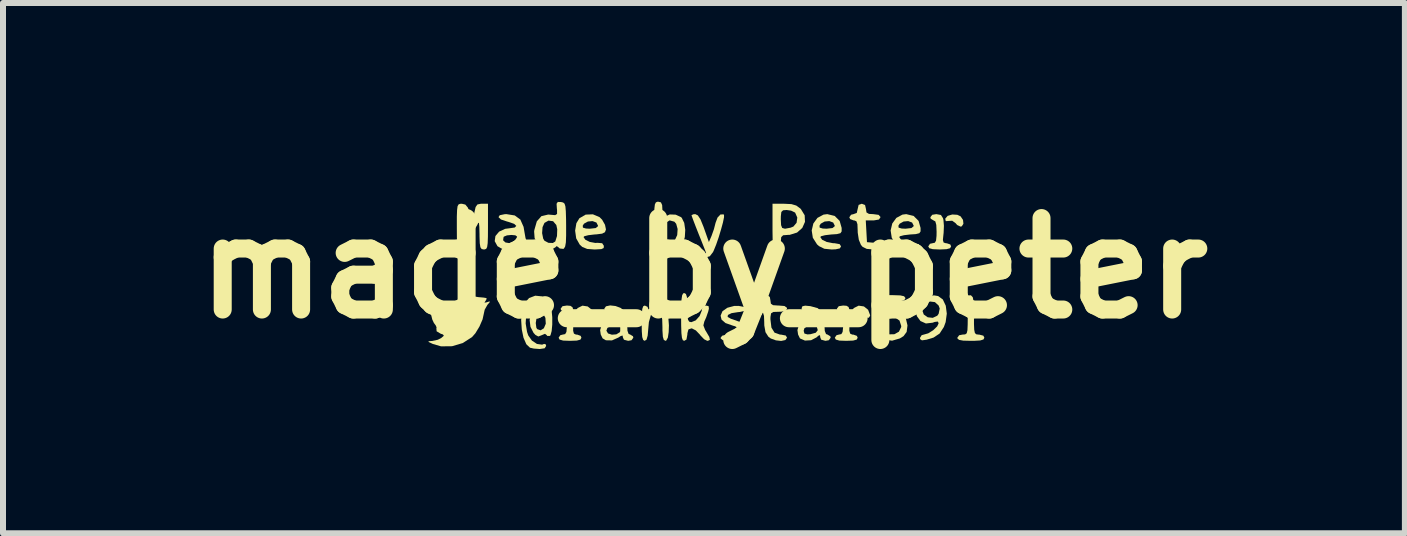
<source format=kicad_pcb>
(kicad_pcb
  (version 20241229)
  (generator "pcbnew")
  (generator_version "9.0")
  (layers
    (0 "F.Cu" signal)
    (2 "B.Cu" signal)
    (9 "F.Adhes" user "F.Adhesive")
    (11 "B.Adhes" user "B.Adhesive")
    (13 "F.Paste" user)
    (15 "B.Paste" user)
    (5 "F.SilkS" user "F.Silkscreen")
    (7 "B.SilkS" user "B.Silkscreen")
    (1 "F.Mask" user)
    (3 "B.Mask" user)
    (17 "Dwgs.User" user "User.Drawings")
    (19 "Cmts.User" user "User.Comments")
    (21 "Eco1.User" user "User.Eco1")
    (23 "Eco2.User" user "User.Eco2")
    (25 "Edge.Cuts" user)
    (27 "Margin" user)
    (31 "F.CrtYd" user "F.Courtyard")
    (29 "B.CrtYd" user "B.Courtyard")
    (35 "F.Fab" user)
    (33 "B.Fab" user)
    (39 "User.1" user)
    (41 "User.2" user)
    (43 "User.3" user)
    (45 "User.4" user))
  (footprint "made_by_peter"
    (layer "F.Cu")
    (at 8.68 1.418)
    (property "Reference" "made_by_peter" (at 0 0 0) (layer "F.SilkS") (effects (font (size 1.524 1.524) (thickness 0.3))))
    (attr board_only exclude_from_pos_files exclude_from_bom)
    (fp_poly (pts (xy -1.938 0.638) (xy -1.868 0.694) (xy -1.834 0.782) (xy -1.834 0.794) (xy -1.856 0.827) (xy -1.904 0.823) (xy -1.946 0.786) (xy -1.952 0.775) (xy -1.999 0.734) (xy -2.059 0.735) (xy -2.13 0.738) (xy -2.14 0.709) (xy -2.104 0.664) (xy -2.024 0.625)) (stroke (width 0) (type solid)) (fill yes) (layer "F.SilkS"))
    (fp_poly (pts (xy 2.665 0.638) (xy 2.735 0.694) (xy 2.768 0.782) (xy 2.768 0.794) (xy 2.746 0.827) (xy 2.699 0.823) (xy 2.656 0.786) (xy 2.651 0.775) (xy 2.603 0.734) (xy 2.543 0.735) (xy 2.472 0.738) (xy 2.463 0.709) (xy 2.498 0.664) (xy 2.578 0.625)) (stroke (width 0) (type solid)) (fill yes) (layer "F.SilkS"))
    (fp_poly (pts (xy 4.222 -0.889) (xy 4.276 -0.863) (xy 4.316 -0.804) (xy 4.323 -0.74) (xy 4.296 -0.697) (xy 4.275 -0.692) (xy 4.218 -0.719) (xy 4.193 -0.749) (xy 4.136 -0.79) (xy 4.086 -0.787) (xy 4.029 -0.783) (xy 4.02 -0.821) (xy 4.021 -0.825) (xy 4.06 -0.871) (xy 4.137 -0.894)) (stroke (width 0) (type solid)) (fill yes) (layer "F.SilkS"))
    (fp_poly (pts (xy -2.226 0.628) (xy -2.191 0.651) (xy -2.174 0.706) (xy -2.172 0.805) (xy -2.178 0.943) (xy -2.18 1.043) (xy -2.167 1.091) (xy -2.133 1.107) (xy -2.114 1.107) (xy -2.055 1.128) (xy -2.042 1.159) (xy -2.059 1.191) (xy -2.119 1.207) (xy -2.232 1.211) (xy -2.347 1.207) (xy -2.406 1.19) (xy -2.422 1.159) (xy -2.393 1.117) (xy -2.353 1.107) (xy -2.313 1.099) (xy -2.292 1.063) (xy -2.285 0.984) (xy -2.284 0.917) (xy -2.289 0.802) (xy -2.305 0.743) (xy -2.336 0.727) (xy -2.382 0.699) (xy -2.388 0.675) (xy -2.357 0.634) (xy -2.284 0.623)) (stroke (width 0) (type solid)) (fill yes) (layer "F.SilkS"))
    (fp_poly (pts (xy 2.375 0.627) (xy 2.409 0.647) (xy 2.426 0.698) (xy 2.429 0.791) (xy 2.424 0.94) (xy 2.424 0.943) (xy 2.422 1.043) (xy 2.436 1.091) (xy 2.47 1.107) (xy 2.488 1.107) (xy 2.547 1.128) (xy 2.561 1.159) (xy 2.544 1.191) (xy 2.484 1.207) (xy 2.37 1.211) (xy 2.256 1.207) (xy 2.197 1.19) (xy 2.18 1.159) (xy 2.209 1.117) (xy 2.249 1.107) (xy 2.289 1.099) (xy 2.31 1.063) (xy 2.318 0.984) (xy 2.319 0.917) (xy 2.314 0.802) (xy 2.298 0.743) (xy 2.267 0.727) (xy 2.221 0.699) (xy 2.215 0.675) (xy 2.246 0.634) (xy 2.319 0.623)) (stroke (width 0) (type solid)) (fill yes) (layer "F.SilkS"))
    (fp_poly (pts (xy 3.948 -0.886) (xy 3.983 -0.832) (xy 3.99 -0.803) (xy 3.998 -0.705) (xy 3.993 -0.586) (xy 3.99 -0.561) (xy 3.981 -0.469) (xy 3.993 -0.427) (xy 4.031 -0.415) (xy 4.044 -0.415) (xy 4.104 -0.395) (xy 4.118 -0.363) (xy 4.101 -0.332) (xy 4.041 -0.316) (xy 3.928 -0.311) (xy 3.813 -0.316) (xy 3.754 -0.332) (xy 3.737 -0.363) (xy 3.766 -0.406) (xy 3.807 -0.415) (xy 3.847 -0.424) (xy 3.867 -0.459) (xy 3.875 -0.539) (xy 3.876 -0.606) (xy 3.871 -0.72) (xy 3.855 -0.779) (xy 3.824 -0.796) (xy 3.778 -0.824) (xy 3.772 -0.848) (xy 3.803 -0.889) (xy 3.871 -0.9)) (stroke (width 0) (type solid)) (fill yes) (layer "F.SilkS"))
    (fp_poly (pts (xy 0.679 0.649) (xy 0.718 0.679) (xy 0.691 0.709) (xy 0.6 0.73) (xy 0.567 0.733) (xy 0.459 0.75) (xy 0.399 0.78) (xy 0.394 0.813) (xy 0.45 0.844) (xy 0.473 0.851) (xy 0.616 0.903) (xy 0.703 0.978) (xy 0.727 1.057) (xy 0.696 1.138) (xy 0.603 1.19) (xy 0.449 1.211) (xy 0.413 1.211) (xy 0.316 1.202) (xy 0.278 1.171) (xy 0.277 1.161) (xy 0.303 1.126) (xy 0.388 1.105) (xy 0.441 1.101) (xy 0.553 1.082) (xy 0.604 1.048) (xy 0.592 1.008) (xy 0.516 0.968) (xy 0.484 0.959) (xy 0.359 0.915) (xy 0.293 0.858) (xy 0.277 0.792) (xy 0.308 0.718) (xy 0.39 0.66) (xy 0.502 0.63) (xy 0.574 0.629)) (stroke (width 0) (type solid)) (fill yes) (layer "F.SilkS"))
    (fp_poly (pts (xy -0.102 -0.879) (xy -0.058 -0.812) (xy -0.007 -0.687) (xy 0.0001 -0.667) (xy 0.082 -0.435) (xy 0.126 -0.537) (xy 0.166 -0.65) (xy 0.193 -0.755) (xy 0.226 -0.843) (xy 0.275 -0.894) (xy 0.325 -0.896) (xy 0.334 -0.889) (xy 0.334 -0.848) (xy 0.316 -0.76) (xy 0.284 -0.643) (xy 0.245 -0.514) (xy 0.203 -0.392) (xy 0.163 -0.294) (xy 0.151 -0.268) (xy 0.097 -0.198) (xy 0.017 -0.175) (xy -0.01 -0.175) (xy -0.08 -0.179) (xy -0.087 -0.189) (xy -0.043 -0.209) (xy 0.016 -0.237) (xy 0.035 -0.252) (xy 0.023 -0.287) (xy -0.01 -0.371) (xy -0.057 -0.49) (xy -0.087 -0.564) (xy -0.139 -0.696) (xy -0.18 -0.803) (xy -0.204 -0.869) (xy -0.208 -0.882) (xy -0.179 -0.897) (xy -0.145 -0.9)) (stroke (width 0) (type solid)) (fill yes) (layer "F.SilkS"))
    (fp_poly (pts (xy -0.94 0.645) (xy -0.934 0.664) (xy -0.924 0.688) (xy -0.893 0.664) (xy -0.812 0.627) (xy -0.715 0.635) (xy -0.643 0.677) (xy -0.612 0.739) (xy -0.593 0.837) (xy -0.584 0.953) (xy -0.588 1.066) (xy -0.602 1.158) (xy -0.629 1.207) (xy -0.64 1.211) (xy -0.669 1.196) (xy -0.685 1.143) (xy -0.692 1.038) (xy -0.692 0.985) (xy -0.696 0.855) (xy -0.71 0.779) (xy -0.738 0.743) (xy -0.749 0.737) (xy -0.83 0.731) (xy -0.885 0.783) (xy -0.918 0.899) (xy -0.927 0.998) (xy -0.938 1.124) (xy -0.957 1.191) (xy -0.988 1.211) (xy -0.988 1.211) (xy -1.013 1.197) (xy -1.029 1.148) (xy -1.036 1.052) (xy -1.038 0.917) (xy -1.036 0.77) (xy -1.028 0.68) (xy -1.012 0.635) (xy -0.986 0.623)) (stroke (width 0) (type solid)) (fill yes) (layer "F.SilkS"))
    (fp_poly (pts (xy 2.684 -1.052) (xy 2.699 -0.986) (xy 2.708 -0.928) (xy 2.749 -0.904) (xy 2.82 -0.9) (xy 2.91 -0.888) (xy 2.941 -0.853) (xy 2.941 -0.848) (xy 2.916 -0.81) (xy 2.833 -0.796) (xy 2.818 -0.796) (xy 2.696 -0.796) (xy 2.716 -0.433) (xy 2.846 -0.422) (xy 2.943 -0.401) (xy 2.976 -0.362) (xy 2.976 -0.361) (xy 2.953 -0.328) (xy 2.876 -0.313) (xy 2.822 -0.311) (xy 2.712 -0.321) (xy 2.643 -0.355) (xy 2.615 -0.388) (xy 2.58 -0.473) (xy 2.562 -0.592) (xy 2.561 -0.631) (xy 2.557 -0.732) (xy 2.54 -0.781) (xy 2.503 -0.796) (xy 2.492 -0.796) (xy 2.435 -0.818) (xy 2.422 -0.848) (xy 2.451 -0.89) (xy 2.492 -0.9) (xy 2.546 -0.92) (xy 2.561 -0.986) (xy 2.577 -1.054) (xy 2.63 -1.073)) (stroke (width 0) (type solid)) (fill yes) (layer "F.SilkS"))
    (fp_poly (pts (xy 4.479 0.485) (xy 4.494 0.563) (xy 4.498 0.695) (xy 4.499 0.779) (xy 4.499 0.931) (xy 4.503 1.027) (xy 4.514 1.08) (xy 4.536 1.102) (xy 4.571 1.107) (xy 4.585 1.107) (xy 4.655 1.125) (xy 4.672 1.159) (xy 4.657 1.188) (xy 4.603 1.205) (xy 4.498 1.211) (xy 4.447 1.211) (xy 4.321 1.208) (xy 4.25 1.195) (xy 4.223 1.171) (xy 4.222 1.159) (xy 4.252 1.118) (xy 4.308 1.107) (xy 4.352 1.104) (xy 4.378 1.085) (xy 4.39 1.035) (xy 4.394 0.941) (xy 4.395 0.844) (xy 4.394 0.711) (xy 4.388 0.633) (xy 4.373 0.598) (xy 4.343 0.591) (xy 4.308 0.597) (xy 4.24 0.594) (xy 4.222 0.561) (xy 4.253 0.516) (xy 4.311 0.484) (xy 4.394 0.455) (xy 4.448 0.452)) (stroke (width 0) (type solid)) (fill yes) (layer "F.SilkS"))
    (fp_poly (pts (xy 3.27 0.454) (xy 3.334 0.468) (xy 3.356 0.496) (xy 3.357 0.502) (xy 3.336 0.536) (xy 3.267 0.552) (xy 3.201 0.554) (xy 3.105 0.557) (xy 3.059 0.575) (xy 3.046 0.617) (xy 3.045 0.64) (xy 3.055 0.7) (xy 3.097 0.723) (xy 3.161 0.727) (xy 3.284 0.755) (xy 3.363 0.834) (xy 3.391 0.954) (xy 3.377 1.063) (xy 3.325 1.133) (xy 3.264 1.171) (xy 3.134 1.209) (xy 3.012 1.189) (xy 2.941 1.142) (xy 2.891 1.08) (xy 2.872 1.038) (xy 2.896 1.007) (xy 2.95 1.012) (xy 3.006 1.05) (xy 3.011 1.055) (xy 3.086 1.103) (xy 3.173 1.101) (xy 3.248 1.059) (xy 3.286 0.982) (xy 3.287 0.964) (xy 3.258 0.874) (xy 3.18 0.819) (xy 3.069 0.81) (xy 3.057 0.812) (xy 2.941 0.834) (xy 2.941 0.45) (xy 3.149 0.45)) (stroke (width 0) (type solid)) (fill yes) (layer "F.SilkS"))
    (fp_poly (pts (xy 1.097 0.48) (xy 1.107 0.536) (xy 1.115 0.592) (xy 1.151 0.617) (xy 1.234 0.623) (xy 1.246 0.623) (xy 1.342 0.631) (xy 1.382 0.66) (xy 1.384 0.675) (xy 1.361 0.711) (xy 1.286 0.726) (xy 1.246 0.727) (xy 1.157 0.73) (xy 1.118 0.753) (xy 1.108 0.813) (xy 1.107 0.85) (xy 1.124 0.991) (xy 1.176 1.075) (xy 1.266 1.107) (xy 1.282 1.107) (xy 1.363 1.123) (xy 1.384 1.159) (xy 1.356 1.198) (xy 1.286 1.213) (xy 1.198 1.203) (xy 1.113 1.172) (xy 1.073 1.142) (xy 1.025 1.067) (xy 1.005 0.955) (xy 1.004 0.9) (xy 1 0.796) (xy 0.984 0.744) (xy 0.95 0.727) (xy 0.934 0.727) (xy 0.878 0.705) (xy 0.865 0.675) (xy 0.894 0.633) (xy 0.934 0.623) (xy 0.989 0.603) (xy 1.004 0.536) (xy 1.022 0.467) (xy 1.055 0.45)) (stroke (width 0) (type solid)) (fill yes) (layer "F.SilkS"))
    (fp_poly (pts (xy 2.178 -0.87) (xy 2.261 -0.787) (xy 2.294 -0.67) (xy 2.294 -0.612) (xy 2.273 -0.582) (xy 2.214 -0.567) (xy 2.12 -0.561) (xy 2.018 -0.549) (xy 1.952 -0.532) (xy 1.938 -0.518) (xy 1.969 -0.473) (xy 2.046 -0.436) (xy 2.148 -0.416) (xy 2.178 -0.415) (xy 2.261 -0.4) (xy 2.284 -0.363) (xy 2.264 -0.329) (xy 2.195 -0.314) (xy 2.127 -0.311) (xy 2.005 -0.323) (xy 1.918 -0.366) (xy 1.884 -0.396) (xy 1.814 -0.506) (xy 1.795 -0.628) (xy 1.814 -0.708) (xy 1.925 -0.708) (xy 1.928 -0.675) (xy 1.979 -0.66) (xy 2.043 -0.657) (xy 2.142 -0.668) (xy 2.179 -0.699) (xy 2.18 -0.706) (xy 2.153 -0.76) (xy 2.088 -0.784) (xy 2.011 -0.777) (xy 1.946 -0.741) (xy 1.925 -0.708) (xy 1.814 -0.708) (xy 1.822 -0.743) (xy 1.89 -0.837) (xy 1.992 -0.892) (xy 2.055 -0.9)) (stroke (width 0) (type solid)) (fill yes) (layer "F.SilkS"))
    (fp_poly (pts (xy 3.493 -0.87) (xy 3.576 -0.787) (xy 3.609 -0.67) (xy 3.609 -0.612) (xy 3.588 -0.582) (xy 3.529 -0.567) (xy 3.435 -0.561) (xy 3.333 -0.549) (xy 3.267 -0.532) (xy 3.253 -0.518) (xy 3.284 -0.473) (xy 3.361 -0.436) (xy 3.463 -0.416) (xy 3.493 -0.415) (xy 3.576 -0.4) (xy 3.599 -0.363) (xy 3.579 -0.329) (xy 3.51 -0.314) (xy 3.442 -0.311) (xy 3.32 -0.323) (xy 3.233 -0.366) (xy 3.199 -0.396) (xy 3.129 -0.506) (xy 3.11 -0.628) (xy 3.129 -0.708) (xy 3.24 -0.708) (xy 3.243 -0.675) (xy 3.294 -0.66) (xy 3.358 -0.657) (xy 3.457 -0.668) (xy 3.494 -0.699) (xy 3.495 -0.706) (xy 3.468 -0.76) (xy 3.403 -0.784) (xy 3.326 -0.777) (xy 3.261 -0.741) (xy 3.24 -0.708) (xy 3.129 -0.708) (xy 3.137 -0.743) (xy 3.205 -0.837) (xy 3.307 -0.892) (xy 3.37 -0.9)) (stroke (width 0) (type solid)) (fill yes) (layer "F.SilkS"))
    (fp_poly (pts (xy -0.717 -1.096) (xy -0.697 -1.051) (xy -0.692 -0.962) (xy -0.688 -0.874) (xy -0.673 -0.845) (xy -0.651 -0.858) (xy -0.571 -0.895) (xy -0.471 -0.891) (xy -0.382 -0.85) (xy -0.369 -0.836) (xy -0.329 -0.754) (xy -0.312 -0.637) (xy -0.319 -0.518) (xy -0.333 -0.469) (xy -0.392 -0.4) (xy -0.499 -0.345) (xy -0.631 -0.315) (xy -0.69 -0.311) (xy -0.831 -0.311) (xy -0.831 -0.478) (xy -0.689 -0.478) (xy -0.677 -0.431) (xy -0.641 -0.416) (xy -0.612 -0.415) (xy -0.529 -0.435) (xy -0.485 -0.466) (xy -0.446 -0.551) (xy -0.439 -0.652) (xy -0.463 -0.739) (xy -0.493 -0.774) (xy -0.572 -0.796) (xy -0.634 -0.756) (xy -0.674 -0.658) (xy -0.685 -0.576) (xy -0.689 -0.478) (xy -0.831 -0.478) (xy -0.831 -0.709) (xy -0.83 -0.88) (xy -0.826 -0.994) (xy -0.818 -1.062) (xy -0.802 -1.095) (xy -0.778 -1.106) (xy -0.761 -1.107)) (stroke (width 0) (type solid)) (fill yes) (layer "F.SilkS"))
    (fp_poly (pts (xy 1.457 -1.067) (xy 1.538 -1.043) (xy 1.605 -0.994) (xy 1.615 -0.984) (xy 1.678 -0.881) (xy 1.683 -0.771) (xy 1.638 -0.67) (xy 1.551 -0.593) (xy 1.429 -0.555) (xy 1.398 -0.554) (xy 1.319 -0.548) (xy 1.287 -0.517) (xy 1.28 -0.44) (xy 1.28 -0.433) (xy 1.273 -0.349) (xy 1.242 -0.315) (xy 1.211 -0.311) (xy 1.181 -0.316) (xy 1.161 -0.337) (xy 1.149 -0.387) (xy 1.144 -0.477) (xy 1.142 -0.62) (xy 1.142 -0.692) (xy 1.142 -0.813) (xy 1.28 -0.813) (xy 1.285 -0.716) (xy 1.303 -0.67) (xy 1.344 -0.658) (xy 1.352 -0.657) (xy 1.443 -0.674) (xy 1.49 -0.693) (xy 1.543 -0.756) (xy 1.555 -0.843) (xy 1.52 -0.923) (xy 1.516 -0.927) (xy 1.452 -0.958) (xy 1.377 -0.969) (xy 1.318 -0.964) (xy 1.289 -0.936) (xy 1.281 -0.866) (xy 1.28 -0.813) (xy 1.142 -0.813) (xy 1.142 -1.073) (xy 1.334 -1.073)) (stroke (width 0) (type solid)) (fill yes) (layer "F.SilkS"))
    (fp_poly (pts (xy -1.74 -0.85) (xy -1.697 -0.807) (xy -1.649 -0.722) (xy -1.633 -0.645) (xy -1.634 -0.642) (xy -1.65 -0.599) (xy -1.697 -0.575) (xy -1.791 -0.563) (xy -1.825 -0.561) (xy -1.927 -0.549) (xy -1.993 -0.532) (xy -2.007 -0.518) (xy -1.977 -0.474) (xy -1.903 -0.437) (xy -1.811 -0.42) (xy -1.772 -0.422) (xy -1.696 -0.415) (xy -1.668 -0.372) (xy -1.671 -0.335) (xy -1.71 -0.317) (xy -1.799 -0.312) (xy -1.825 -0.311) (xy -1.946 -0.32) (xy -2.027 -0.353) (xy -2.07 -0.392) (xy -2.129 -0.496) (xy -2.147 -0.625) (xy -2.133 -0.708) (xy -2.02 -0.708) (xy -2.017 -0.675) (xy -1.966 -0.66) (xy -1.902 -0.657) (xy -1.803 -0.668) (xy -1.766 -0.699) (xy -1.765 -0.706) (xy -1.792 -0.76) (xy -1.857 -0.784) (xy -1.934 -0.777) (xy -1.999 -0.741) (xy -2.02 -0.708) (xy -2.133 -0.708) (xy -2.126 -0.749) (xy -2.076 -0.831) (xy -1.971 -0.892) (xy -1.851 -0.897)) (stroke (width 0) (type solid)) (fill yes) (layer "F.SilkS"))
    (fp_poly (pts (xy 3.902 0.465) (xy 3.98 0.522) (xy 4.029 0.626) (xy 4.046 0.758) (xy 4.027 0.899) (xy 3.997 0.981) (xy 3.926 1.09) (xy 3.825 1.157) (xy 3.71 1.192) (xy 3.632 1.203) (xy 3.602 1.183) (xy 3.599 1.162) (xy 3.627 1.117) (xy 3.663 1.107) (xy 3.737 1.086) (xy 3.82 1.034) (xy 3.886 0.97) (xy 3.91 0.918) (xy 3.897 0.89) (xy 3.846 0.896) (xy 3.81 0.909) (xy 3.698 0.922) (xy 3.607 0.881) (xy 3.547 0.799) (xy 3.527 0.692) (xy 3.634 0.692) (xy 3.662 0.772) (xy 3.729 0.819) (xy 3.812 0.828) (xy 3.887 0.793) (xy 3.91 0.761) (xy 3.928 0.673) (xy 3.91 0.623) (xy 3.848 0.566) (xy 3.766 0.556) (xy 3.688 0.587) (xy 3.64 0.653) (xy 3.634 0.692) (xy 3.527 0.692) (xy 3.527 0.691) (xy 3.556 0.57) (xy 3.565 0.553) (xy 3.625 0.5) (xy 3.726 0.465) (xy 3.836 0.454)) (stroke (width 0) (type solid)) (fill yes) (layer "F.SilkS"))
    (fp_poly (pts (xy -1.474 0.631) (xy -1.39 0.662) (xy -1.35 0.692) (xy -1.302 0.767) (xy -1.282 0.879) (xy -1.28 0.934) (xy -1.275 1.043) (xy -1.256 1.096) (xy -1.228 1.107) (xy -1.183 1.135) (xy -1.177 1.159) (xy -1.207 1.201) (xy -1.263 1.211) (xy -1.333 1.193) (xy -1.35 1.157) (xy -1.356 1.123) (xy -1.387 1.131) (xy -1.427 1.157) (xy -1.533 1.204) (xy -1.634 1.202) (xy -1.689 1.17) (xy -1.72 1.106) (xy -1.729 1.042) (xy -1.626 1.042) (xy -1.599 1.088) (xy -1.534 1.109) (xy -1.46 1.103) (xy -1.404 1.069) (xy -1.396 1.053) (xy -1.395 0.985) (xy -1.448 0.949) (xy -1.535 0.953) (xy -1.609 0.995) (xy -1.626 1.042) (xy -1.729 1.042) (xy -1.73 1.032) (xy -1.701 0.938) (xy -1.616 0.882) (xy -1.49 0.865) (xy -1.408 0.851) (xy -1.384 0.817) (xy -1.416 0.762) (xy -1.504 0.732) (xy -1.577 0.727) (xy -1.645 0.708) (xy -1.661 0.675) (xy -1.633 0.636) (xy -1.563 0.621)) (stroke (width 0) (type solid)) (fill yes) (layer "F.SilkS"))
    (fp_poly (pts (xy -0.301 0.43) (xy -0.284 0.481) (xy -0.278 0.582) (xy -0.277 0.657) (xy -0.275 0.785) (xy -0.266 0.858) (xy -0.247 0.891) (xy -0.213 0.9) (xy -0.21 0.9) (xy -0.137 0.87) (xy -0.073 0.798) (xy -0.037 0.709) (xy -0.035 0.684) (xy -0.007 0.632) (xy 0.032 0.623) (xy 0.077 0.633) (xy 0.082 0.675) (xy 0.071 0.722) (xy 0.037 0.82) (xy 0.006 0.889) (xy -0.01 0.954) (xy 0.02 1.031) (xy 0.037 1.058) (xy 0.089 1.147) (xy 0.099 1.195) (xy 0.065 1.211) (xy 0.054 1.211) (xy 0.003 1.185) (xy -0.059 1.121) (xy -0.069 1.107) (xy -0.135 1.038) (xy -0.201 1.004) (xy -0.21 1.004) (xy -0.259 1.021) (xy -0.276 1.084) (xy -0.277 1.107) (xy -0.292 1.19) (xy -0.329 1.211) (xy -0.352 1.201) (xy -0.367 1.161) (xy -0.376 1.083) (xy -0.38 0.955) (xy -0.381 0.813) (xy -0.379 0.638) (xy -0.374 0.522) (xy -0.364 0.453) (xy -0.347 0.421) (xy -0.329 0.415)) (stroke (width 0) (type solid)) (fill yes) (layer "F.SilkS"))
    (fp_poly (pts (xy 1.772 0.633) (xy 1.894 0.666) (xy 1.968 0.731) (xy 2.002 0.842) (xy 2.007 0.941) (xy 2.013 1.047) (xy 2.034 1.098) (xy 2.059 1.107) (xy 2.105 1.135) (xy 2.111 1.159) (xy 2.081 1.201) (xy 2.024 1.211) (xy 1.953 1.192) (xy 1.938 1.154) (xy 1.933 1.116) (xy 1.906 1.126) (xy 1.875 1.154) (xy 1.785 1.201) (xy 1.683 1.207) (xy 1.602 1.172) (xy 1.599 1.17) (xy 1.568 1.106) (xy 1.559 1.044) (xy 1.661 1.044) (xy 1.674 1.09) (xy 1.724 1.104) (xy 1.773 1.101) (xy 1.863 1.076) (xy 1.896 1.034) (xy 1.88 0.976) (xy 1.815 0.95) (xy 1.734 0.958) (xy 1.673 1.002) (xy 1.661 1.044) (xy 1.559 1.044) (xy 1.557 1.032) (xy 1.586 0.938) (xy 1.671 0.882) (xy 1.797 0.865) (xy 1.879 0.851) (xy 1.903 0.817) (xy 1.872 0.762) (xy 1.783 0.732) (xy 1.71 0.727) (xy 1.641 0.707) (xy 1.626 0.67) (xy 1.639 0.636) (xy 1.686 0.625)) (stroke (width 0) (type solid)) (fill yes) (layer "F.SilkS"))
    (fp_poly (pts (xy -3.153 -0.878) (xy -3.06 -0.81) (xy -3.006 -0.688) (xy -2.992 -0.606) (xy -2.974 -0.504) (xy -2.952 -0.436) (xy -2.939 -0.421) (xy -2.901 -0.387) (xy -2.916 -0.346) (xy -2.97 -0.317) (xy -3.013 -0.311) (xy -3.085 -0.321) (xy -3.095 -0.35) (xy -3.093 -0.37) (xy -3.14 -0.351) (xy -3.143 -0.35) (xy -3.259 -0.315) (xy -3.373 -0.326) (xy -3.441 -0.366) (xy -3.487 -0.45) (xy -3.485 -0.464) (xy -3.347 -0.464) (xy -3.308 -0.428) (xy -3.244 -0.417) (xy -3.176 -0.441) (xy -3.156 -0.457) (xy -3.12 -0.508) (xy -3.114 -0.526) (xy -3.143 -0.547) (xy -3.209 -0.553) (xy -3.283 -0.546) (xy -3.334 -0.525) (xy -3.339 -0.519) (xy -3.347 -0.464) (xy -3.485 -0.464) (xy -3.475 -0.535) (xy -3.414 -0.608) (xy -3.313 -0.655) (xy -3.243 -0.664) (xy -3.153 -0.677) (xy -3.127 -0.704) (xy -3.163 -0.738) (xy -3.258 -0.771) (xy -3.281 -0.777) (xy -3.383 -0.811) (xy -3.424 -0.85) (xy -3.403 -0.882) (xy -3.32 -0.899) (xy -3.291 -0.9)) (stroke (width 0) (type solid)) (fill yes) (layer "F.SilkS"))
    (fp_poly (pts (xy -2.383 -1.102) (xy -2.347 -1.094) (xy -2.323 -1.074) (xy -2.309 -1.029) (xy -2.302 -0.948) (xy -2.298 -0.817) (xy -2.297 -0.715) (xy -2.297 -0.543) (xy -2.301 -0.429) (xy -2.313 -0.361) (xy -2.333 -0.327) (xy -2.344 -0.321) (xy -2.403 -0.327) (xy -2.422 -0.345) (xy -2.454 -0.368) (xy -2.472 -0.35) (xy -2.531 -0.312) (xy -2.618 -0.315) (xy -2.71 -0.353) (xy -2.769 -0.407) (xy -2.822 -0.5) (xy -2.828 -0.583) (xy -2.697 -0.583) (xy -2.679 -0.492) (xy -2.658 -0.457) (xy -2.592 -0.422) (xy -2.519 -0.419) (xy -2.478 -0.444) (xy -2.449 -0.535) (xy -2.445 -0.648) (xy -2.46 -0.718) (xy -2.514 -0.782) (xy -2.591 -0.792) (xy -2.658 -0.754) (xy -2.69 -0.683) (xy -2.697 -0.583) (xy -2.828 -0.583) (xy -2.83 -0.608) (xy -2.827 -0.634) (xy -2.785 -0.78) (xy -2.709 -0.866) (xy -2.596 -0.893) (xy -2.56 -0.89) (xy -2.479 -0.883) (xy -2.448 -0.903) (xy -2.448 -0.967) (xy -2.451 -0.993) (xy -2.456 -1.073) (xy -2.436 -1.103)) (stroke (width 0) (type solid)) (fill yes) (layer "F.SilkS"))
    (fp_poly (pts (xy -3.599 -0.692) (xy -3.6 -0.526) (xy -3.604 -0.416) (xy -3.613 -0.352) (xy -3.629 -0.321) (xy -3.655 -0.312) (xy -3.668 -0.311) (xy -3.704 -0.318) (xy -3.725 -0.347) (xy -3.736 -0.414) (xy -3.74 -0.532) (xy -3.74 -0.562) (xy -3.743 -0.686) (xy -3.749 -0.749) (xy -3.76 -0.757) (xy -3.778 -0.718) (xy -3.778 -0.718) (xy -3.825 -0.642) (xy -3.882 -0.63) (xy -3.933 -0.683) (xy -3.945 -0.709) (xy -3.972 -0.773) (xy -3.987 -0.796) (xy -3.992 -0.764) (xy -3.994 -0.681) (xy -3.995 -0.563) (xy -3.994 -0.554) (xy -3.995 -0.426) (xy -4.004 -0.352) (xy -4.023 -0.319) (xy -4.055 -0.311) (xy -4.083 -0.317) (xy -4.101 -0.343) (xy -4.111 -0.401) (xy -4.117 -0.502) (xy -4.118 -0.658) (xy -4.118 -0.692) (xy -4.118 -0.858) (xy -4.114 -0.967) (xy -4.106 -1.031) (xy -4.089 -1.062) (xy -4.062 -1.072) (xy -4.034 -1.073) (xy -3.976 -1.059) (xy -3.934 -1.008) (xy -3.901 -0.926) (xy -3.851 -0.779) (xy -3.826 -0.926) (xy -3.805 -1.018) (xy -3.775 -1.061) (xy -3.718 -1.073) (xy -3.7 -1.073) (xy -3.599 -1.073)) (stroke (width 0) (type solid)) (fill yes) (layer "F.SilkS"))
    (fp_poly (pts (xy -3.862 0.466) (xy -3.758 0.483) (xy -3.676 0.49) (xy -3.622 0.499) (xy -3.628 0.529) (xy -3.637 0.541) (xy -3.658 0.575) (xy -3.625 0.57) (xy -3.612 0.566) (xy -3.569 0.553) (xy -3.573 0.571) (xy -3.608 0.611) (xy -3.654 0.693) (xy -3.668 0.757) (xy -3.689 0.853) (xy -3.741 0.973) (xy -3.809 1.085) (xy -3.865 1.149) (xy -4.019 1.248) (xy -4.198 1.301) (xy -4.381 1.303) (xy -4.516 1.264) (xy -4.584 1.232) (xy -4.592 1.218) (xy -4.542 1.214) (xy -4.531 1.214) (xy -4.435 1.193) (xy -4.378 1.164) (xy -4.334 1.126) (xy -4.35 1.105) (xy -4.388 1.092) (xy -4.455 1.052) (xy -4.459 0.997) (xy -4.455 0.99) (xy -4.468 0.957) (xy -4.501 0.912) (xy -4.527 0.856) (xy -4.549 0.767) (xy -4.562 0.667) (xy -4.566 0.579) (xy -4.558 0.526) (xy -4.548 0.519) (xy -4.511 0.538) (xy -4.444 0.583) (xy -4.437 0.588) (xy -4.341 0.646) (xy -4.245 0.686) (xy -4.166 0.702) (xy -4.122 0.69) (xy -4.118 0.677) (xy -4.098 0.621) (xy -4.049 0.545) (xy -4.044 0.538) (xy -3.98 0.474) (xy -3.913 0.458)) (stroke (width 0) (type solid)) (fill yes) (layer "F.SilkS"))
    (fp_poly (pts (xy -2.702 0.47) (xy -2.609 0.529) (xy -2.56 0.607) (xy -2.539 0.698) (xy -2.528 0.817) (xy -2.528 0.94) (xy -2.538 1.048) (xy -2.557 1.117) (xy -2.567 1.129) (xy -2.611 1.13) (xy -2.622 1.115) (xy -2.649 1.094) (xy -2.704 1.117) (xy -2.76 1.139) (xy -2.808 1.113) (xy -2.84 1.078) (xy -2.891 0.978) (xy -2.899 0.914) (xy -2.803 0.914) (xy -2.793 0.993) (xy -2.779 1.016) (xy -2.722 1.036) (xy -2.668 1.002) (xy -2.637 0.929) (xy -2.636 0.923) (xy -2.642 0.829) (xy -2.675 0.766) (xy -2.726 0.75) (xy -2.756 0.765) (xy -2.789 0.826) (xy -2.803 0.914) (xy -2.899 0.914) (xy -2.905 0.867) (xy -2.884 0.764) (xy -2.833 0.688) (xy -2.756 0.657) (xy -2.755 0.657) (xy -2.683 0.673) (xy -2.653 0.701) (xy -2.637 0.718) (xy -2.633 0.69) (xy -2.659 0.611) (xy -2.735 0.562) (xy -2.794 0.554) (xy -2.871 0.585) (xy -2.928 0.667) (xy -2.963 0.785) (xy -2.971 0.922) (xy -2.948 1.063) (xy -2.928 1.121) (xy -2.867 1.207) (xy -2.783 1.263) (xy -2.697 1.275) (xy -2.663 1.262) (xy -2.635 1.271) (xy -2.63 1.296) (xy -2.654 1.335) (xy -2.733 1.347) (xy -2.742 1.347) (xy -2.835 1.34) (xy -2.899 1.326) (xy -2.899 1.326) (xy -2.96 1.268) (xy -3.007 1.16) (xy -3.036 1.021) (xy -3.046 0.868) (xy -3.034 0.721) (xy -2.998 0.598) (xy -2.993 0.587) (xy -2.914 0.498) (xy -2.811 0.459)) (stroke (width 0) (type solid)) (fill yes) (layer "F.SilkS")))
  (gr_rect
    (start -3 -3)
    (end 20.359 5.836)
    (stroke (width 0.1) (type default))
    (fill no)
    (layer "Edge.Cuts")))
</source>
